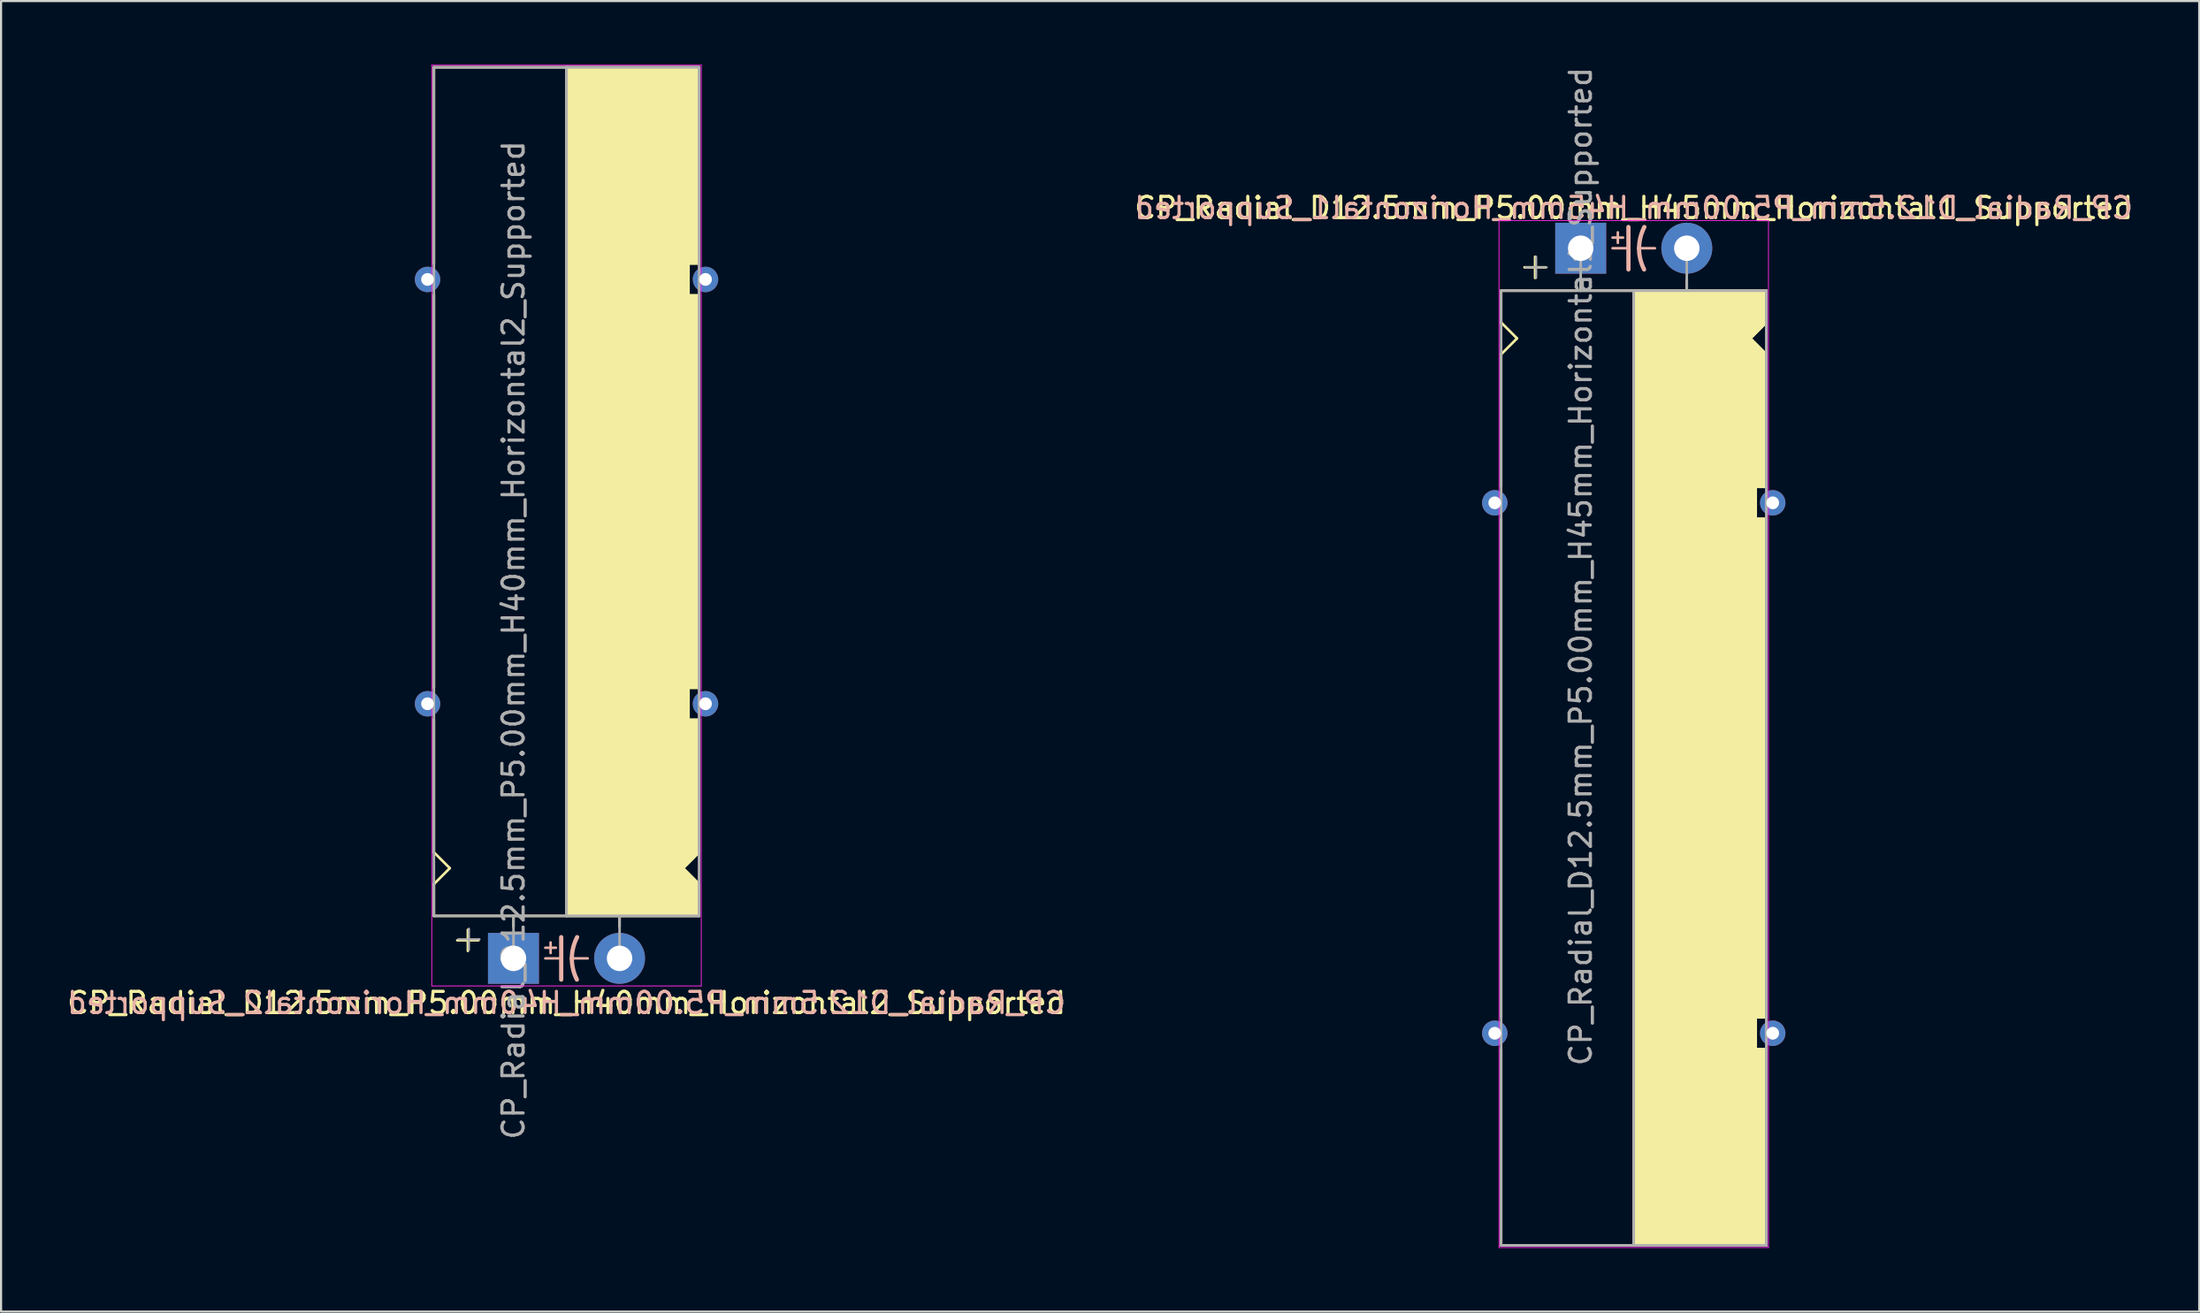
<source format=kicad_pcb>
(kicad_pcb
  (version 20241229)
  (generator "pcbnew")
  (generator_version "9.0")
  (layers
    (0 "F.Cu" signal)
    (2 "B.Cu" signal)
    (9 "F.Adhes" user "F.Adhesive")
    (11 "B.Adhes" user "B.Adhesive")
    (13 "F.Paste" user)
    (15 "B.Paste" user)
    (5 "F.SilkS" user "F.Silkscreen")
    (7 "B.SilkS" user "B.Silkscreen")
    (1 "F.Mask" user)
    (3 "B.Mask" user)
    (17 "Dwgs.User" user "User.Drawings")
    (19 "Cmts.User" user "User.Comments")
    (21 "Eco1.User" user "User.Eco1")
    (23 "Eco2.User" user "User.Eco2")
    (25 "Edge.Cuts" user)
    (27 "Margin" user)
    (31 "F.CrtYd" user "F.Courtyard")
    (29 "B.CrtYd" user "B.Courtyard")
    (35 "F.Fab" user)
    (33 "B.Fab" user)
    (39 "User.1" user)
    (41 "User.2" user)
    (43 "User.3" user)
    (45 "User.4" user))
  (footprint "CP_Radial_D12.5mm_P5.00mm_H45mm_Horizontal1_Supported"
    (layer "F.Cu")
    (at 71.446 8.649)
    (property "Reference" "CP_Radial_D12.5mm_P5.00mm_H45mm_Horizontal1_Supported" (at 2.5 -1.9 180) (layer "F.SilkS") (effects (font (size 1 1) (thickness 0.15))))
    (fp_line (start -3.75 2) (end -3.75 3.5) (stroke (width 0.12) (type solid)) (layer "F.SilkS"))
    (fp_line (start -3.75 3.5) (end -3 4.25) (stroke (width 0.12) (type solid)) (layer "F.SilkS"))
    (fp_line (start -3.75 5) (end -3.75 11.25) (stroke (width 0.12) (type solid)) (layer "F.SilkS"))
    (fp_line (start -3.75 12.75) (end -3.75 36.25) (stroke (width 0.12) (type solid)) (layer "F.SilkS"))
    (fp_line (start -3.75 47) (end -3.75 37.75) (stroke (width 0.12) (type solid)) (layer "F.SilkS"))
    (fp_line (start -3 4.25) (end -3.75 5) (stroke (width 0.12) (type solid)) (layer "F.SilkS"))
    (fp_line (start -2.15 0.4) (end -2.15 1.4) (stroke (width 0.12) (type solid)) (layer "F.SilkS"))
    (fp_line (start -1.65 0.9) (end -2.65 0.9) (stroke (width 0.12) (type solid)) (layer "F.SilkS"))
    (fp_line (start 0 1.5) (end 0 2) (stroke (width 0.12) (type solid)) (layer "F.SilkS"))
    (fp_line (start 2.5 2) (end -3.75 2) (stroke (width 0.12) (type solid)) (layer "F.SilkS"))
    (fp_line (start 2.5 2) (end 2.5 47) (stroke (width 0.12) (type solid)) (layer "F.SilkS"))
    (fp_line (start 2.5 2) (end 8.75 2) (stroke (width 0.12) (type solid)) (layer "F.SilkS"))
    (fp_line (start 5 1.5) (end 5 2) (stroke (width 0.12) (type solid)) (layer "F.SilkS"))
    (fp_line (start 8 4.25) (end 8.75 5) (stroke (width 0.12) (type solid)) (layer "F.SilkS"))
    (fp_line (start 8.25 11.25) (end 8.75 11.25) (stroke (width 0.12) (type solid)) (layer "F.SilkS"))
    (fp_line (start 8.25 12.75) (end 8.25 11.25) (stroke (width 0.12) (type solid)) (layer "F.SilkS"))
    (fp_line (start 8.25 36.25) (end 8.75 36.25) (stroke (width 0.12) (type solid)) (layer "F.SilkS"))
    (fp_line (start 8.25 37.75) (end 8.25 36.25) (stroke (width 0.12) (type solid)) (layer "F.SilkS"))
    (fp_line (start 8.75 2) (end 8.75 3.5) (stroke (width 0.12) (type solid)) (layer "F.SilkS"))
    (fp_line (start 8.75 3.5) (end 8 4.25) (stroke (width 0.12) (type solid)) (layer "F.SilkS"))
    (fp_line (start 8.75 5) (end 8.75 11.25) (stroke (width 0.12) (type solid)) (layer "F.SilkS"))
    (fp_line (start 8.75 12.75) (end 8.25 12.75) (stroke (width 0.12) (type solid)) (layer "F.SilkS"))
    (fp_line (start 8.75 12.75) (end 8.75 36.25) (stroke (width 0.12) (type solid)) (layer "F.SilkS"))
    (fp_line (start 8.75 37.75) (end 8.25 37.75) (stroke (width 0.12) (type solid)) (layer "F.SilkS"))
    (fp_line (start 8.75 47) (end -3.75 47) (stroke (width 0.12) (type solid)) (layer "F.SilkS"))
    (fp_line (start 8.75 47) (end 8.75 37.75) (stroke (width 0.12) (type solid)) (layer "F.SilkS"))
    (fp_poly (pts (xy 8.75 3.5) (xy 8 4.25) (xy 8.75 5) (xy 8.75 11.25) (xy 8.25 11.25) (xy 8.25 12.75) (xy 8.75 12.75) (xy 8.75 36.25) (xy 8.25 36.25) (xy 8.25 37.75) (xy 8.75 37.75) (xy 8.75 47) (xy 2.5 47) (xy 2.5 2) (xy 8.75 2)) (stroke (width 0.1) (type solid)) (fill yes) (layer "F.SilkS"))
    (fp_line (start 1.5 -0.5) (end 2 -0.5) (stroke (width 0.12) (type solid)) (layer "B.SilkS"))
    (fp_line (start 1.5 0) (end 2.25 0) (stroke (width 0.12) (type solid)) (layer "B.SilkS"))
    (fp_line (start 1.75 -0.75) (end 1.75 -0.25) (stroke (width 0.12) (type solid)) (layer "B.SilkS"))
    (fp_line (start 2.25 1) (end 2.25 -1) (stroke (width 0.2) (type solid)) (layer "B.SilkS"))
    (fp_line (start 3.5 0) (end 2.75 0) (stroke (width 0.12) (type solid)) (layer "B.SilkS"))
    (fp_arc (start 2.75 0) (mid 2.816707 -0.514573) (end 3 -1) (stroke (width 0.2) (type solid)) (layer "B.SilkS"))
    (fp_arc (start 2.987539 1) (mid 2.810247 0.513901) (end 2.75 0) (stroke (width 0.2) (type solid)) (layer "B.SilkS"))
    (fp_line (start -3.85 -1.3) (end 8.85 -1.3) (stroke (width 0.04) (type solid)) (layer "F.CrtYd"))
    (fp_line (start -3.85 47.1) (end -3.85 -1.3) (stroke (width 0.04) (type solid)) (layer "F.CrtYd"))
    (fp_line (start 8.85 -1.3) (end 8.85 47.1) (stroke (width 0.04) (type solid)) (layer "F.CrtYd"))
    (fp_line (start 8.85 47.1) (end -3.85 47.1) (stroke (width 0.04) (type solid)) (layer "F.CrtYd"))
    (fp_line (start -3.75 2) (end -3.75 47) (stroke (width 0.12) (type solid)) (layer "F.Fab"))
    (fp_line (start -3.75 47) (end 8.75 47) (stroke (width 0.12) (type solid)) (layer "F.Fab"))
    (fp_line (start -2.6 0.9) (end -1.6 0.9) (stroke (width 0.1) (type solid)) (layer "F.Fab"))
    (fp_line (start -2.1 1.4) (end -2.1 0.4) (stroke (width 0.1) (type solid)) (layer "F.Fab"))
    (fp_line (start 0 0) (end 0 2) (stroke (width 0.12) (type solid)) (layer "F.Fab"))
    (fp_line (start 0 2) (end -3.75 2) (stroke (width 0.12) (type solid)) (layer "F.Fab"))
    (fp_line (start 2.5 2) (end 2.5 47) (stroke (width 0.12) (type solid)) (layer "F.Fab"))
    (fp_line (start 5 2) (end 5 0) (stroke (width 0.12) (type solid)) (layer "F.Fab"))
    (fp_line (start 8.75 2) (end 0 2) (stroke (width 0.12) (type solid)) (layer "F.Fab"))
    (fp_line (start 8.75 47) (end 8.75 2) (stroke (width 0.12) (type solid)) (layer "F.Fab"))
    (fp_poly (pts (xy 8.75 47) (xy 2.5 47) (xy 2.5 2) (xy 8.75 2)) (stroke (width 0.1) (type solid)) (fill no) (layer "F.Fab"))
    (fp_text user "${REFERENCE}" (at 2.5 -1.9 0) (layer "B.SilkS") (effects (font (size 1 1) (thickness 0.15)) (justify mirror)))
    (fp_text user "${REFERENCE}" (at 0 15 90) (layer "F.Fab") (effects (font (size 1 1) (thickness 0.15))))
    (pad "1" thru_hole rect (at 0 0) (size 2.4 2.4) (drill 1.2) (layers "*.Cu" "*.Mask"))
    (pad "2" thru_hole circle (at 5 0) (size 2.4 2.4) (drill 1.2) (layers "*.Cu" "*.Mask"))
    (pad "~" thru_hole circle (at -4.05 12) (size 1.2 1.2) (drill 0.6) (layers "*.Cu" "*.Mask"))
    (pad "~" thru_hole circle (at -4.05 37) (size 1.2 1.2) (drill 0.6) (layers "*.Cu" "*.Mask"))
    (pad "~" thru_hole circle (at 9.05 12) (size 1.2 1.2) (drill 0.6) (layers "*.Cu" "*.Mask"))
    (pad "~" thru_hole circle (at 9.05 37) (size 1.2 1.2) (drill 0.6) (layers "*.Cu" "*.Mask")))
  (footprint "CP_Radial_D12.5mm_P5.00mm_H40mm_Horizontal2_Supported"
    (layer "F.Cu")
    (at 21.149 42.12)
    (property "Reference" "CP_Radial_D12.5mm_P5.00mm_H40mm_Horizontal2_Supported" (at 2.5 2.1 180) (layer "F.SilkS") (effects (font (size 1 1) (thickness 0.15))))
    (fp_line (start -3.75 -42) (end -3.75 -32.75) (stroke (width 0.12) (type solid)) (layer "F.SilkS"))
    (fp_line (start -3.75 -12.75) (end -3.75 -31.25) (stroke (width 0.12) (type solid)) (layer "F.SilkS"))
    (fp_line (start -3.75 -5) (end -3.75 -11.25) (stroke (width 0.12) (type solid)) (layer "F.SilkS"))
    (fp_line (start -3.75 -3.5) (end -3 -4.25) (stroke (width 0.12) (type solid)) (layer "F.SilkS"))
    (fp_line (start -3.75 -2) (end -3.75 -3.5) (stroke (width 0.12) (type solid)) (layer "F.SilkS"))
    (fp_line (start -3 -4.25) (end -3.75 -5) (stroke (width 0.12) (type solid)) (layer "F.SilkS"))
    (fp_line (start -2.15 -1.35) (end -2.15 -0.35) (stroke (width 0.12) (type solid)) (layer "F.SilkS"))
    (fp_line (start -1.65 -0.85) (end -2.65 -0.85) (stroke (width 0.12) (type solid)) (layer "F.SilkS"))
    (fp_line (start 0 -1.5) (end 0 -2) (stroke (width 0.12) (type solid)) (layer "F.SilkS"))
    (fp_line (start 2.5 -2) (end -3.75 -2) (stroke (width 0.12) (type solid)) (layer "F.SilkS"))
    (fp_line (start 2.5 -2) (end 2.5 -42) (stroke (width 0.12) (type solid)) (layer "F.SilkS"))
    (fp_line (start 2.5 -2) (end 8.75 -2) (stroke (width 0.12) (type solid)) (layer "F.SilkS"))
    (fp_line (start 5 -1.5) (end 5 -2) (stroke (width 0.12) (type solid)) (layer "F.SilkS"))
    (fp_line (start 8 -4.25) (end 8.75 -5) (stroke (width 0.12) (type solid)) (layer "F.SilkS"))
    (fp_line (start 8.25 -32.75) (end 8.25 -31.25) (stroke (width 0.12) (type solid)) (layer "F.SilkS"))
    (fp_line (start 8.25 -31.25) (end 8.75 -31.25) (stroke (width 0.12) (type solid)) (layer "F.SilkS"))
    (fp_line (start 8.25 -12.75) (end 8.25 -11.25) (stroke (width 0.12) (type solid)) (layer "F.SilkS"))
    (fp_line (start 8.25 -11.25) (end 8.75 -11.25) (stroke (width 0.12) (type solid)) (layer "F.SilkS"))
    (fp_line (start 8.75 -42) (end -3.75 -42) (stroke (width 0.12) (type solid)) (layer "F.SilkS"))
    (fp_line (start 8.75 -42) (end 8.75 -32.75) (stroke (width 0.12) (type solid)) (layer "F.SilkS"))
    (fp_line (start 8.75 -32.75) (end 8.25 -32.75) (stroke (width 0.12) (type solid)) (layer "F.SilkS"))
    (fp_line (start 8.75 -12.75) (end 8.25 -12.75) (stroke (width 0.12) (type solid)) (layer "F.SilkS"))
    (fp_line (start 8.75 -12.75) (end 8.75 -31.25) (stroke (width 0.12) (type solid)) (layer "F.SilkS"))
    (fp_line (start 8.75 -5) (end 8.75 -11.25) (stroke (width 0.12) (type solid)) (layer "F.SilkS"))
    (fp_line (start 8.75 -3.5) (end 8 -4.25) (stroke (width 0.12) (type solid)) (layer "F.SilkS"))
    (fp_line (start 8.75 -2) (end 8.75 -3.5) (stroke (width 0.12) (type solid)) (layer "F.SilkS"))
    (fp_poly (pts (xy 8.75 -3.5) (xy 8 -4.25) (xy 8.75 -5) (xy 8.75 -11.25) (xy 8.25 -11.25) (xy 8.25 -12.75) (xy 8.75 -12.75) (xy 8.75 -31.25) (xy 8.25 -31.25) (xy 8.25 -32.75) (xy 8.75 -32.75) (xy 8.75 -42) (xy 2.5 -42) (xy 2.5 -2) (xy 8.75 -2)) (stroke (width 0.1) (type solid)) (fill yes) (layer "F.SilkS"))
    (fp_line (start 1.5 -0.5) (end 2 -0.5) (stroke (width 0.12) (type solid)) (layer "B.SilkS"))
    (fp_line (start 1.5 0) (end 2.25 0) (stroke (width 0.12) (type solid)) (layer "B.SilkS"))
    (fp_line (start 1.75 -0.75) (end 1.75 -0.25) (stroke (width 0.12) (type solid)) (layer "B.SilkS"))
    (fp_line (start 2.25 1) (end 2.25 -1) (stroke (width 0.2) (type solid)) (layer "B.SilkS"))
    (fp_line (start 3.5 0) (end 2.75 0) (stroke (width 0.12) (type solid)) (layer "B.SilkS"))
    (fp_arc (start 2.75 0) (mid 2.816707 -0.514573) (end 3 -1) (stroke (width 0.2) (type solid)) (layer "B.SilkS"))
    (fp_arc (start 2.987539 1) (mid 2.810247 0.513901) (end 2.75 0) (stroke (width 0.2) (type solid)) (layer "B.SilkS"))
    (fp_line (start -3.85 -42.1) (end -3.85 1.3) (stroke (width 0.04) (type solid)) (layer "F.CrtYd"))
    (fp_line (start 8.85 -42.1) (end -3.85 -42.1) (stroke (width 0.04) (type solid)) (layer "F.CrtYd"))
    (fp_line (start 8.85 1.3) (end -3.85 1.3) (stroke (width 0.04) (type solid)) (layer "F.CrtYd"))
    (fp_line (start 8.85 1.3) (end 8.85 -42.1) (stroke (width 0.04) (type solid)) (layer "F.CrtYd"))
    (fp_line (start -3.75 -42) (end 8.75 -42) (stroke (width 0.12) (type solid)) (layer "F.Fab"))
    (fp_line (start -3.75 -2) (end -3.75 -42) (stroke (width 0.12) (type solid)) (layer "F.Fab"))
    (fp_line (start -2.6 -0.9) (end -1.6 -0.9) (stroke (width 0.1) (type solid)) (layer "F.Fab"))
    (fp_line (start -2.1 -0.4) (end -2.1 -1.4) (stroke (width 0.1) (type solid)) (layer "F.Fab"))
    (fp_line (start 0 -2) (end -3.75 -2) (stroke (width 0.12) (type solid)) (layer "F.Fab"))
    (fp_line (start 0 0) (end 0 -2) (stroke (width 0.12) (type solid)) (layer "F.Fab"))
    (fp_line (start 2.5 -2) (end 2.5 -42) (stroke (width 0.12) (type solid)) (layer "F.Fab"))
    (fp_line (start 5 -2) (end 5 0) (stroke (width 0.12) (type solid)) (layer "F.Fab"))
    (fp_line (start 8.75 -42) (end 8.75 -2) (stroke (width 0.12) (type solid)) (layer "F.Fab"))
    (fp_line (start 8.75 -2) (end 0 -2) (stroke (width 0.12) (type solid)) (layer "F.Fab"))
    (fp_poly (pts (xy 8.75 -42) (xy 2.5 -42) (xy 2.5 -2) (xy 8.75 -2)) (stroke (width 0.1) (type solid)) (fill no) (layer "F.Fab"))
    (fp_text user "${REFERENCE}" (at 2.5 2.1 0) (layer "B.SilkS") (effects (font (size 1 1) (thickness 0.15)) (justify mirror)))
    (fp_text user "${REFERENCE}" (at 0 -15 90) (layer "F.Fab") (effects (font (size 1 1) (thickness 0.15))))
    (pad "1" thru_hole rect (at 0 0) (size 2.4 2.4) (drill 1.2) (layers "*.Cu" "*.Mask"))
    (pad "2" thru_hole circle (at 5 0) (size 2.4 2.4) (drill 1.2) (layers "*.Cu" "*.Mask"))
    (pad "~" thru_hole circle (at -4.05 -32 180) (size 1.2 1.2) (drill 0.6) (layers "*.Cu" "*.Mask"))
    (pad "~" thru_hole circle (at -4.05 -12 180) (size 1.2 1.2) (drill 0.6) (layers "*.Cu" "*.Mask"))
    (pad "~" thru_hole circle (at 9.05 -32 180) (size 1.2 1.2) (drill 0.6) (layers "*.Cu" "*.Mask"))
    (pad "~" thru_hole circle (at 9.05 -12 180) (size 1.2 1.2) (drill 0.6) (layers "*.Cu" "*.Mask")))
  (gr_rect
    (start -3 -3)
    (end 100.595 58.769)
    (stroke (width 0.1) (type default))
    (fill no)
    (layer "Edge.Cuts")))
</source>
